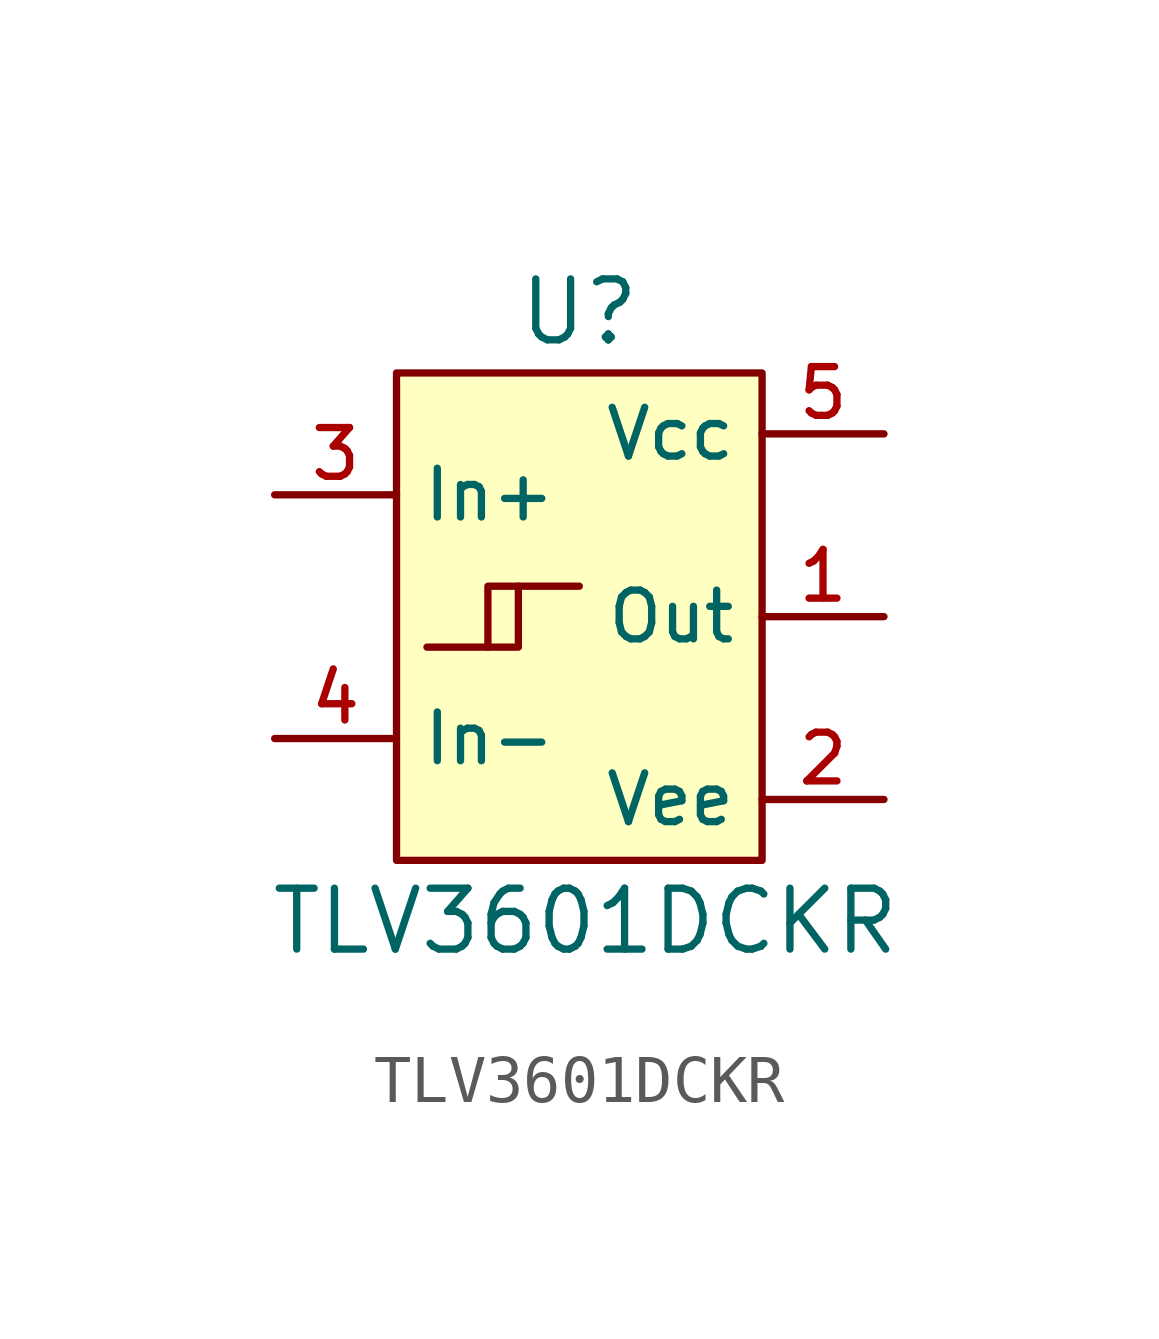
<source format=kicad_sym>
(kicad_symbol_lib
  (version 20241209)
  (generator "kicad_symbol_editor")
  (generator_version "9.0")
  (symbol "TLV3601DCKR"
    (property "Reference" "U"
      (at 0 6.35 0)
      (effects (font (size 1.27 1.27))))
    (property "Value" "TLV3601DCKR"
      (at 0.127 -6.35 0)
      (effects (font (size 1.27 1.27))))
    (symbol "TLV3601DCKR_1_0"
      (pin passive line (at -6.35 2.54 0) (length 2.54) (name "In+" (effects (font (size 1.016 1.016)))) (number "3" (effects (font (size 1.016 1.016)))))
      (pin passive line (at -6.35 -2.54 0) (length 2.54) (name "In-" (effects (font (size 1.016 1.016)))) (number "4" (effects (font (size 1.016 1.016)))))
      (pin passive line (at 6.35 3.81 180) (length 2.54) (name "Vcc" (effects (font (size 1.016 1.016)))) (number "5" (effects (font (size 1.016 1.016)))))
      (pin passive line (at 6.35 0 180) (length 2.54) (name "Out" (effects (font (size 1.016 1.016)))) (number "1" (effects (font (size 1.016 1.016)))))
      (pin passive line (at 6.35 -3.81 180) (length 2.54) (name "Vee" (effects (font (size 1.016 1.016)))) (number "2" (effects (font (size 1.016 1.016))))))
    (symbol "TLV3601DCKR_1_1"
      (rectangle (start -3.81 5.08) (end 3.81 -5.08) (stroke (width 0) (type solid)) (fill (type background)))
      (polyline (pts (xy -3.175 -0.635) (xy -1.27 -0.635) (xy -1.27 0.635) (xy 0 0.635)) (stroke (width 0) (type default)) (fill (type none)))
      (polyline (pts (xy -1.27 0.635) (xy -1.905 0.635) (xy -1.905 -0.635)) (stroke (width 0) (type default)) (fill (type none))))))
</source>
